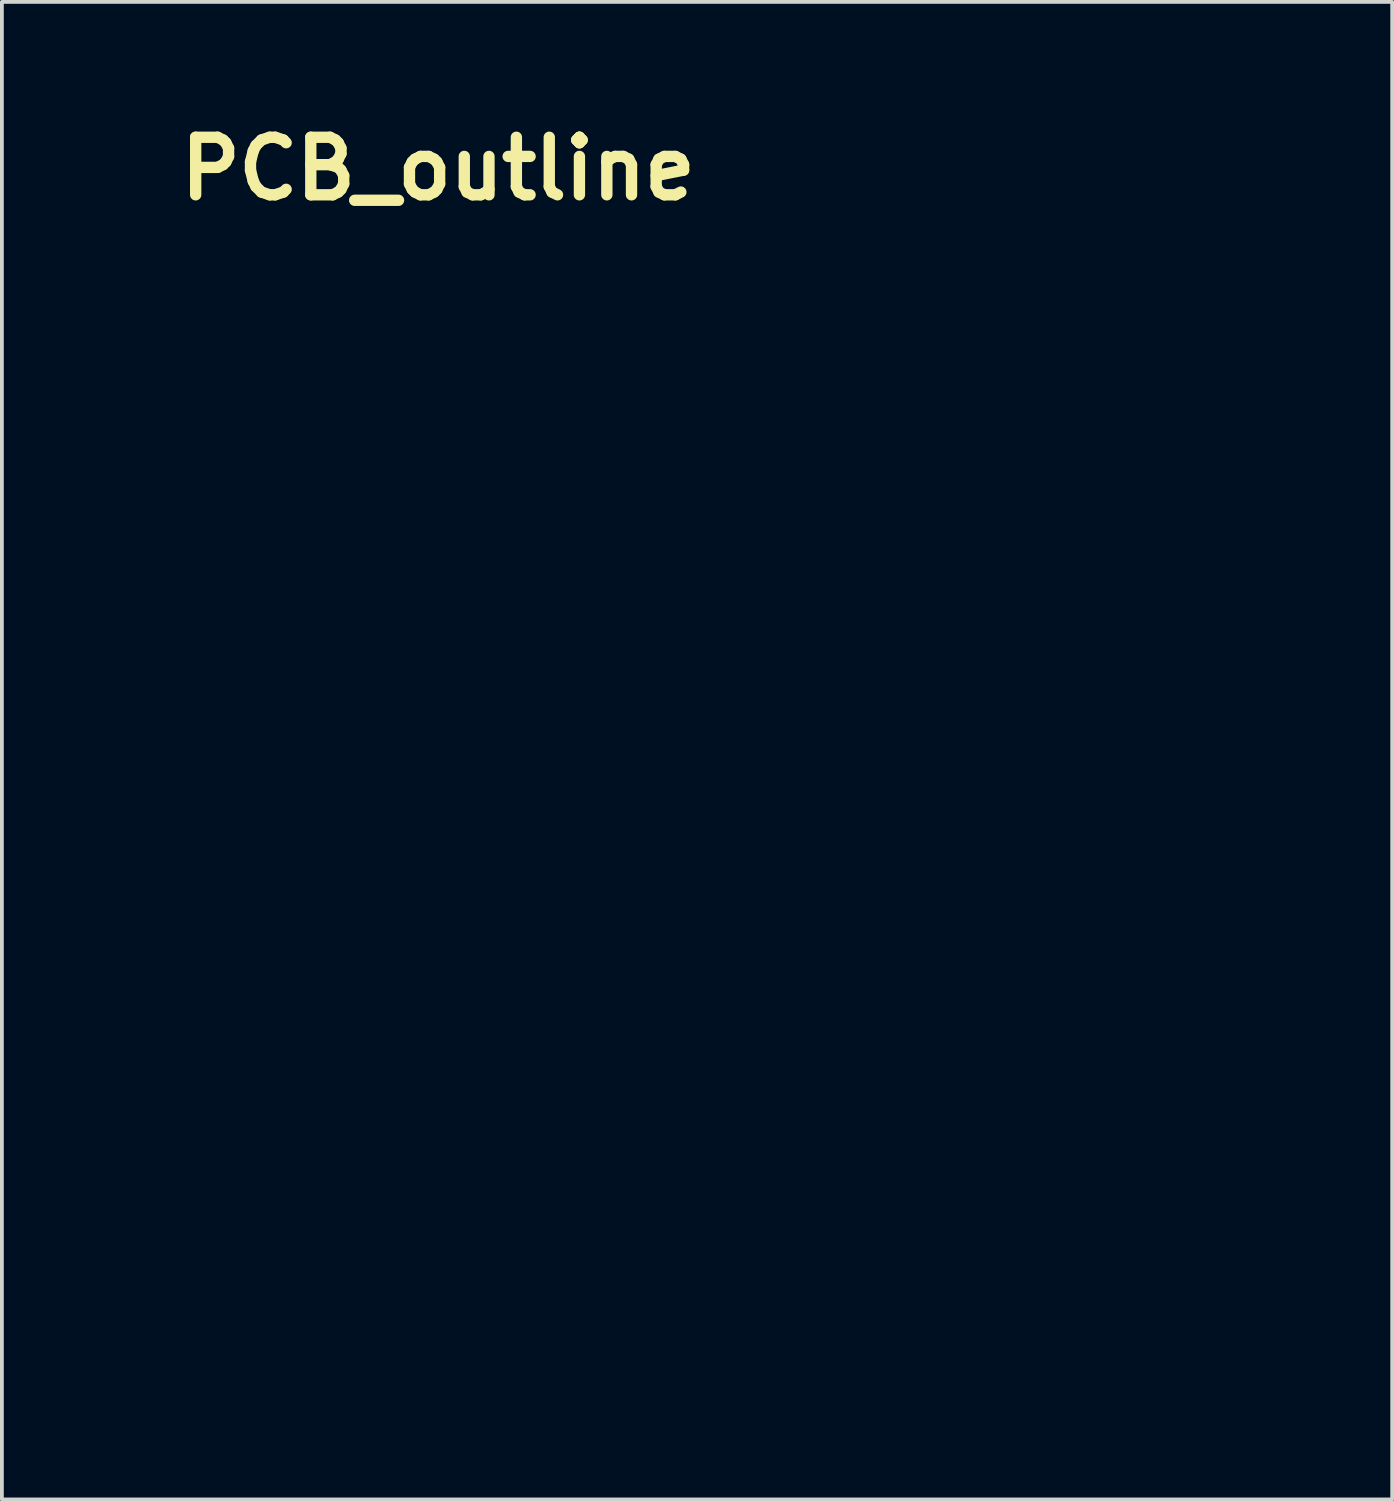
<source format=kicad_pcb>
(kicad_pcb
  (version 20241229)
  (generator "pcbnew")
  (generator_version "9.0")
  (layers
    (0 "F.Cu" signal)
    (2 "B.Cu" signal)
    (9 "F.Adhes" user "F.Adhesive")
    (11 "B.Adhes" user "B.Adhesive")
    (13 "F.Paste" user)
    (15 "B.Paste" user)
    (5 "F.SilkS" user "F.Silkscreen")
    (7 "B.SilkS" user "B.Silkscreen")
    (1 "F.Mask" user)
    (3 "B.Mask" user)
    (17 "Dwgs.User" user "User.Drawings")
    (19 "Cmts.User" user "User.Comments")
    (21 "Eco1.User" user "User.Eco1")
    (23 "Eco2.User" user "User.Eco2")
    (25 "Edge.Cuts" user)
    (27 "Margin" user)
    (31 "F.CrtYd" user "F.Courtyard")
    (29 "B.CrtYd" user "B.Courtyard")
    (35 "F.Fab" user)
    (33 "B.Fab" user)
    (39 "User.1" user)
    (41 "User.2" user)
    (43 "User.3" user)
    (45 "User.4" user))
  (footprint "PCB_outline"
    (layer "F.Cu")
    (at 15.393 20.238)
    (property "Reference" "PCB_outline" (at -6.84 -18.82 0) (layer "F.SilkS") (effects (font (size 1.524 1.524) (thickness 0.3))))
    (attr through_hole)
    (fp_poly (pts (xy 15.411 13.404) (xy -15.388 13.404) (xy -15.388 10.426) (xy -5.348 10.426) (xy -5.31 10.57) (xy -5.27 10.65) (xy -5.18 10.754) (xy -5.062 10.832) (xy -4.927 10.879) (xy -4.786 10.891) (xy -4.651 10.866) (xy -4.631 10.858) (xy -4.501 10.781) (xy -4.402 10.678) (xy -4.336 10.554) (xy -4.303 10.42) (xy -4.303 10.415) (xy -3.062 10.415) (xy -3.046 10.507) (xy -2.995 10.619) (xy -2.914 10.726) (xy -2.817 10.812) (xy -2.758 10.845) (xy -2.64 10.879) (xy -2.506 10.886) (xy -2.377 10.867) (xy -2.319 10.846) (xy -2.191 10.765) (xy -2.097 10.659) (xy -2.036 10.536) (xy -2.009 10.403) (xy -2.01 10.391) (xy -0.764 10.391) (xy -0.752 10.507) (xy -0.738 10.554) (xy -0.667 10.68) (xy -0.565 10.779) (xy -0.44 10.848) (xy -0.301 10.885) (xy -0.158 10.886) (xy -0.019 10.846) (xy -0.007 10.841) (xy 0.113 10.758) (xy 0.207 10.64) (xy 0.268 10.501) (xy 0.289 10.356) (xy 0.281 10.297) (xy 1.528 10.297) (xy 1.529 10.445) (xy 1.573 10.586) (xy 1.657 10.71) (xy 1.775 10.811) (xy 1.908 10.87) (xy 2.053 10.888) (xy 2.157 10.879) (xy 2.253 10.854) (xy 2.272 10.846) (xy 2.397 10.765) (xy 2.493 10.656) (xy 2.555 10.527) (xy 2.572 10.434) (xy 3.824 10.434) (xy 3.838 10.501) (xy 3.902 10.646) (xy 3.996 10.76) (xy 4.114 10.84) (xy 4.25 10.883) (xy 4.397 10.887) (xy 4.548 10.848) (xy 4.582 10.834) (xy 4.71 10.751) (xy 4.802 10.64) (xy 4.857 10.504) (xy 4.872 10.37) (xy 4.852 10.216) (xy 4.789 10.079) (xy 4.693 9.97) (xy 4.563 9.88) (xy 4.425 9.836) (xy 4.28 9.836) (xy 4.172 9.863) (xy 4.041 9.931) (xy 3.937 10.03) (xy 3.863 10.152) (xy 3.824 10.29) (xy 3.824 10.434) (xy 2.572 10.434) (xy 2.581 10.385) (xy 2.567 10.241) (xy 2.536 10.151) (xy 2.454 10.015) (xy 2.351 9.919) (xy 2.222 9.862) (xy 2.066 9.841) (xy 2.053 9.841) (xy 1.895 9.859) (xy 1.764 9.914) (xy 1.659 10.007) (xy 1.576 10.14) (xy 1.571 10.151) (xy 1.528 10.297) (xy 0.281 10.297) (xy 0.27 10.218) (xy 0.215 10.093) (xy 0.131 9.987) (xy 0.023 9.905) (xy -0.104 9.851) (xy -0.243 9.832) (xy -0.39 9.853) (xy -0.397 9.855) (xy -0.497 9.903) (xy -0.597 9.981) (xy -0.68 10.075) (xy -0.727 10.156) (xy -0.756 10.267) (xy -0.764 10.391) (xy -2.01 10.391) (xy -2.016 10.268) (xy -2.056 10.138) (xy -2.131 10.02) (xy -2.24 9.923) (xy -2.293 9.891) (xy -2.382 9.857) (xy -2.489 9.842) (xy -2.54 9.84) (xy -2.633 9.843) (xy -2.702 9.857) (xy -2.769 9.888) (xy -2.804 9.909) (xy -2.921 10.007) (xy -3.006 10.129) (xy -3.054 10.269) (xy -3.062 10.415) (xy -4.303 10.415) (xy -4.305 10.281) (xy -4.345 10.147) (xy -4.422 10.024) (xy -4.456 9.988) (xy -4.58 9.898) (xy -4.718 9.848) (xy -4.861 9.837) (xy -5.003 9.866) (xy -5.134 9.934) (xy -5.231 10.021) (xy -5.308 10.141) (xy -5.347 10.28) (xy -5.348 10.426) (xy -15.388 10.426) (xy -15.388 8.29) (xy -13.883 8.29) (xy -13.878 8.524) (xy -13.83 8.758) (xy -13.759 8.95) (xy -13.632 9.173) (xy -13.473 9.365) (xy -13.286 9.521) (xy -13.071 9.641) (xy -12.833 9.723) (xy -12.829 9.723) (xy -12.682 9.747) (xy -12.513 9.755) (xy -12.343 9.748) (xy -12.192 9.725) (xy -12.185 9.724) (xy -11.956 9.647) (xy -11.748 9.532) (xy -11.563 9.384) (xy -11.406 9.209) (xy -11.28 9.009) (xy -11.189 8.792) (xy -11.137 8.56) (xy -11.131 8.436) (xy -6.501 8.436) (xy -6.469 8.575) (xy -6.398 8.701) (xy -6.291 8.804) (xy -6.194 8.861) (xy -6.081 8.894) (xy -5.95 8.903) (xy -5.824 8.886) (xy -5.773 8.869) (xy -5.644 8.793) (xy -5.547 8.691) (xy -5.483 8.57) (xy -5.452 8.438) (xy -5.452 8.42) (xy -4.21 8.42) (xy -4.182 8.54) (xy -4.131 8.656) (xy -4.085 8.724) (xy -3.977 8.819) (xy -3.846 8.881) (xy -3.703 8.906) (xy -3.558 8.894) (xy -3.437 8.851) (xy -3.317 8.766) (xy -3.229 8.655) (xy -3.174 8.526) (xy -3.154 8.388) (xy -3.156 8.366) (xy -1.914 8.366) (xy -1.898 8.512) (xy -1.845 8.644) (xy -1.76 8.754) (xy -1.647 8.838) (xy -1.51 8.89) (xy -1.384 8.904) (xy -1.278 8.894) (xy -1.181 8.869) (xy -1.164 8.861) (xy -1.062 8.795) (xy -0.97 8.698) (xy -0.901 8.587) (xy -0.876 8.523) (xy -0.858 8.379) (xy 0.379 8.379) (xy 0.395 8.52) (xy 0.447 8.646) (xy 0.528 8.752) (xy 0.632 8.834) (xy 0.755 8.887) (xy 0.891 8.906) (xy 1.034 8.888) (xy 1.156 8.841) (xy 1.274 8.755) (xy 1.36 8.644) (xy 1.413 8.514) (xy 1.423 8.442) (xy 2.68 8.442) (xy 2.718 8.586) (xy 2.759 8.666) (xy 2.849 8.77) (xy 2.967 8.848) (xy 3.102 8.895) (xy 3.242 8.907) (xy 3.377 8.882) (xy 3.398 8.874) (xy 3.528 8.797) (xy 3.627 8.693) (xy 3.693 8.569) (xy 3.726 8.434) (xy 3.722 8.297) (xy 11.149 8.297) (xy 11.15 8.455) (xy 11.187 8.704) (xy 11.265 8.936) (xy 11.38 9.147) (xy 11.528 9.335) (xy 11.706 9.493) (xy 11.912 9.619) (xy 12.14 9.707) (xy 12.198 9.722) (xy 12.35 9.747) (xy 12.523 9.755) (xy 12.697 9.747) (xy 12.846 9.724) (xy 13.075 9.647) (xy 13.283 9.532) (xy 13.468 9.384) (xy 13.625 9.209) (xy 13.751 9.009) (xy 13.842 8.792) (xy 13.894 8.56) (xy 13.905 8.32) (xy 13.903 8.294) (xy 13.864 8.047) (xy 13.783 7.814) (xy 13.663 7.6) (xy 13.507 7.411) (xy 13.319 7.251) (xy 13.261 7.212) (xy 13.051 7.105) (xy 12.824 7.035) (xy 12.588 7.003) (xy 12.353 7.01) (xy 12.135 7.056) (xy 11.904 7.15) (xy 11.698 7.279) (xy 11.519 7.439) (xy 11.372 7.626) (xy 11.259 7.834) (xy 11.184 8.059) (xy 11.149 8.297) (xy 3.722 8.297) (xy 3.722 8.296) (xy 3.681 8.161) (xy 3.6 8.037) (xy 3.575 8.01) (xy 3.452 7.917) (xy 3.315 7.864) (xy 3.172 7.852) (xy 3.031 7.879) (xy 2.899 7.946) (xy 2.797 8.037) (xy 2.721 8.157) (xy 2.681 8.296) (xy 2.68 8.442) (xy 1.423 8.442) (xy 1.432 8.376) (xy 1.415 8.237) (xy 1.36 8.106) (xy 1.309 8.037) (xy 1.195 7.938) (xy 1.067 7.877) (xy 0.931 7.853) (xy 0.795 7.864) (xy 0.667 7.908) (xy 0.554 7.984) (xy 0.463 8.09) (xy 0.402 8.226) (xy 0.402 8.226) (xy 0.379 8.379) (xy -0.858 8.379) (xy -0.858 8.376) (xy -0.881 8.231) (xy -0.944 8.097) (xy -1.041 7.983) (xy -1.118 7.925) (xy -1.249 7.869) (xy -1.388 7.852) (xy -1.526 7.871) (xy -1.655 7.925) (xy -1.765 8.008) (xy -1.849 8.118) (xy -1.888 8.211) (xy -1.914 8.366) (xy -3.156 8.366) (xy -3.169 8.249) (xy -3.222 8.118) (xy -3.313 8.002) (xy -3.314 8.001) (xy -3.404 7.934) (xy -3.513 7.881) (xy -3.62 7.849) (xy -3.671 7.844) (xy -3.816 7.865) (xy -3.949 7.926) (xy -4.062 8.021) (xy -4.149 8.143) (xy -4.203 8.286) (xy -4.208 8.312) (xy -4.21 8.42) (xy -5.452 8.42) (xy -5.454 8.302) (xy -5.491 8.17) (xy -5.564 8.05) (xy -5.672 7.95) (xy -5.68 7.944) (xy -5.82 7.876) (xy -5.964 7.85) (xy -6.105 7.865) (xy -6.236 7.919) (xy -6.35 8.01) (xy -6.439 8.136) (xy -6.442 8.142) (xy -6.493 8.289) (xy -6.501 8.436) (xy -11.131 8.436) (xy -11.126 8.32) (xy -11.128 8.294) (xy -11.167 8.046) (xy -11.247 7.816) (xy -11.366 7.605) (xy -11.52 7.419) (xy -11.705 7.26) (xy -11.92 7.133) (xy -12.146 7.045) (xy -12.313 7.012) (xy -12.501 7.003) (xy -12.695 7.015) (xy -12.875 7.05) (xy -12.926 7.065) (xy -13.155 7.163) (xy -13.356 7.294) (xy -13.528 7.455) (xy -13.669 7.639) (xy -13.777 7.843) (xy -13.849 8.061) (xy -13.883 8.29) (xy -15.388 8.29) (xy -15.388 6.407) (xy -5.352 6.407) (xy -5.33 6.555) (xy -5.27 6.686) (xy -5.177 6.794) (xy -5.058 6.872) (xy -4.918 6.915) (xy -4.838 6.921) (xy -4.749 6.915) (xy -4.667 6.901) (xy -4.631 6.89) (xy -4.5 6.813) (xy -4.401 6.708) (xy -4.334 6.585) (xy -4.303 6.45) (xy -4.304 6.416) (xy -3.063 6.416) (xy -3.036 6.562) (xy -2.966 6.697) (xy -2.934 6.739) (xy -2.819 6.84) (xy -2.686 6.902) (xy -2.541 6.923) (xy -2.391 6.901) (xy -2.281 6.857) (xy -2.163 6.771) (xy -2.078 6.663) (xy -2.027 6.539) (xy -2.008 6.408) (xy -2.012 6.375) (xy -0.767 6.375) (xy -0.757 6.51) (xy -0.712 6.639) (xy -0.634 6.754) (xy -0.52 6.848) (xy -0.487 6.867) (xy -0.366 6.909) (xy -0.229 6.921) (xy -0.092 6.905) (xy -0.01 6.877) (xy 0.093 6.808) (xy 0.182 6.708) (xy 0.249 6.589) (xy 0.287 6.462) (xy 0.288 6.448) (xy 1.526 6.448) (xy 1.558 6.587) (xy 1.628 6.713) (xy 1.733 6.817) (xy 1.834 6.877) (xy 1.948 6.91) (xy 2.079 6.919) (xy 2.204 6.902) (xy 2.256 6.885) (xy 2.387 6.807) (xy 2.487 6.701) (xy 2.552 6.574) (xy 2.577 6.446) (xy 3.817 6.446) (xy 3.851 6.572) (xy 3.915 6.693) (xy 4.001 6.797) (xy 4.102 6.871) (xy 4.116 6.877) (xy 4.242 6.913) (xy 4.381 6.92) (xy 4.515 6.898) (xy 4.593 6.867) (xy 4.715 6.78) (xy 4.802 6.669) (xy 4.855 6.543) (xy 4.874 6.409) (xy 4.859 6.274) (xy 4.81 6.146) (xy 4.727 6.032) (xy 4.61 5.939) (xy 4.576 5.921) (xy 4.437 5.874) (xy 4.297 5.87) (xy 4.162 5.903) (xy 4.04 5.971) (xy 3.936 6.069) (xy 3.859 6.194) (xy 3.818 6.326) (xy 3.817 6.446) (xy 2.577 6.446) (xy 2.58 6.434) (xy 2.567 6.288) (xy 2.52 6.158) (xy 2.434 6.033) (xy 2.325 5.943) (xy 2.2 5.887) (xy 2.068 5.866) (xy 1.934 5.88) (xy 1.806 5.929) (xy 1.693 6.013) (xy 1.601 6.131) (xy 1.587 6.157) (xy 1.535 6.302) (xy 1.526 6.448) (xy 0.288 6.448) (xy 0.291 6.341) (xy 0.289 6.326) (xy 0.241 6.18) (xy 0.161 6.057) (xy 0.055 5.962) (xy -0.069 5.898) (xy -0.205 5.868) (xy -0.345 5.877) (xy -0.47 5.921) (xy -0.595 6.006) (xy -0.686 6.116) (xy -0.744 6.241) (xy -0.767 6.375) (xy -2.012 6.375) (xy -2.022 6.275) (xy -2.068 6.15) (xy -2.146 6.039) (xy -2.254 5.95) (xy -2.343 5.907) (xy -2.457 5.872) (xy -2.551 5.862) (xy -2.646 5.877) (xy -2.698 5.894) (xy -2.831 5.957) (xy -2.931 6.043) (xy -2.987 6.123) (xy -3.047 6.267) (xy -3.063 6.416) (xy -4.304 6.416) (xy -4.307 6.311) (xy -4.349 6.175) (xy -4.43 6.051) (xy -4.455 6.024) (xy -4.577 5.933) (xy -4.713 5.881) (xy -4.857 5.869) (xy -4.999 5.896) (xy -5.131 5.962) (xy -5.218 6.036) (xy -5.301 6.156) (xy -5.344 6.301) (xy -5.352 6.407) (xy -15.388 6.407) (xy -15.388 0.946) (xy 4.683 0.946) (xy 4.683 2.93) (xy 5.56 2.93) (xy 5.56 0.946) (xy 10.197 0.946) (xy 10.197 2.93) (xy 11.074 2.93) (xy 11.074 0.946) (xy 10.197 0.946) (xy 5.56 0.946) (xy 4.683 0.946) (xy -15.388 0.946) (xy -15.388 -1.061) (xy 0.969 -1.061) (xy 0.969 -0.085) (xy 0.969 0.123) (xy 0.97 0.317) (xy 0.972 0.491) (xy 0.974 0.641) (xy 0.976 0.763) (xy 0.979 0.85) (xy 0.983 0.899) (xy 0.984 0.907) (xy 1.011 0.912) (xy 1.077 0.917) (xy 1.173 0.92) (xy 1.293 0.922) (xy 1.423 0.923) (xy 1.846 0.923) (xy 1.846 -1.061) (xy 6.483 -1.061) (xy 6.483 0.923) (xy 7.359 0.923) (xy 7.359 -1.061) (xy 12.596 -1.061) (xy 12.596 0.924) (xy 13.029 0.918) (xy 13.461 0.911) (xy 13.467 -0.075) (xy 13.473 -1.061) (xy 12.596 -1.061) (xy 7.359 -1.061) (xy 6.483 -1.061) (xy 1.846 -1.061) (xy 0.969 -1.061) (xy -15.388 -1.061) (xy -15.388 -6.32) (xy -4.858 -6.32) (xy -4.845 -6.229) (xy -4.79 -6.091) (xy -4.704 -5.976) (xy -4.592 -5.888) (xy -4.464 -5.833) (xy -4.325 -5.813) (xy -4.186 -5.832) (xy -4.118 -5.857) (xy -3.99 -5.937) (xy -3.896 -6.04) (xy -3.835 -6.157) (xy -3.806 -6.283) (xy -3.807 -6.344) (xy -2.56 -6.344) (xy -2.54 -6.192) (xy -2.48 -6.061) (xy -2.377 -5.946) (xy -2.374 -5.944) (xy -2.243 -5.86) (xy -2.101 -5.818) (xy -1.954 -5.821) (xy -1.823 -5.862) (xy -1.687 -5.943) (xy -1.591 -6.047) (xy -1.533 -6.176) (xy -1.513 -6.332) (xy -1.513 -6.344) (xy -1.514 -6.359) (xy -0.27 -6.359) (xy -0.257 -6.225) (xy -0.208 -6.098) (xy -0.126 -5.985) (xy -0.008 -5.893) (xy 0.021 -5.877) (xy 0.163 -5.825) (xy 0.302 -5.817) (xy 0.441 -5.849) (xy 0.572 -5.919) (xy 0.676 -6.021) (xy 0.748 -6.15) (xy 0.781 -6.296) (xy 0.783 -6.344) (xy 2.031 -6.344) (xy 2.052 -6.193) (xy 2.109 -6.062) (xy 2.197 -5.955) (xy 2.308 -5.876) (xy 2.437 -5.829) (xy 2.577 -5.818) (xy 2.721 -5.847) (xy 2.793 -5.877) (xy 2.921 -5.965) (xy 3.013 -6.078) (xy 3.069 -6.208) (xy 3.085 -6.344) (xy 4.315 -6.344) (xy 4.332 -6.23) (xy 4.375 -6.11) (xy 4.438 -6.004) (xy 4.46 -5.978) (xy 4.535 -5.918) (xy 4.637 -5.865) (xy 4.745 -5.827) (xy 4.836 -5.814) (xy 4.921 -5.822) (xy 5.012 -5.843) (xy 5.032 -5.849) (xy 5.163 -5.919) (xy 5.267 -6.021) (xy 5.338 -6.15) (xy 5.372 -6.296) (xy 5.374 -6.344) (xy 5.353 -6.495) (xy 5.293 -6.628) (xy 5.2 -6.738) (xy 5.079 -6.819) (xy 4.936 -6.865) (xy 4.83 -6.875) (xy 4.738 -6.86) (xy 4.632 -6.822) (xy 4.533 -6.769) (xy 4.46 -6.711) (xy 4.393 -6.614) (xy 4.343 -6.496) (xy 4.317 -6.378) (xy 4.315 -6.344) (xy 3.085 -6.344) (xy 3.085 -6.349) (xy 3.061 -6.493) (xy 2.995 -6.633) (xy 2.991 -6.639) (xy 2.891 -6.75) (xy 2.77 -6.826) (xy 2.634 -6.866) (xy 2.493 -6.869) (xy 2.356 -6.833) (xy 2.23 -6.758) (xy 2.209 -6.741) (xy 2.108 -6.623) (xy 2.049 -6.489) (xy 2.031 -6.344) (xy 0.783 -6.344) (xy 0.763 -6.496) (xy 0.706 -6.627) (xy 0.618 -6.734) (xy 0.507 -6.813) (xy 0.378 -6.86) (xy 0.238 -6.871) (xy 0.093 -6.842) (xy 0.021 -6.811) (xy -0.103 -6.725) (xy -0.194 -6.616) (xy -0.249 -6.492) (xy -0.27 -6.359) (xy -1.514 -6.359) (xy -1.531 -6.502) (xy -1.585 -6.633) (xy -1.678 -6.739) (xy -1.811 -6.822) (xy -1.823 -6.827) (xy -1.968 -6.869) (xy -2.115 -6.867) (xy -2.257 -6.821) (xy -2.38 -6.74) (xy -2.481 -6.626) (xy -2.541 -6.493) (xy -2.56 -6.344) (xy -3.807 -6.344) (xy -3.808 -6.412) (xy -3.838 -6.537) (xy -3.897 -6.651) (xy -3.982 -6.748) (xy -4.092 -6.822) (xy -4.225 -6.865) (xy -4.327 -6.874) (xy -4.473 -6.854) (xy -4.603 -6.796) (xy -4.712 -6.706) (xy -4.794 -6.593) (xy -4.845 -6.462) (xy -4.858 -6.32) (xy -15.388 -6.32) (xy -15.388 -8.34) (xy -13.875 -8.34) (xy -13.872 -8.183) (xy -13.86 -8.056) (xy -13.835 -7.942) (xy -13.792 -7.825) (xy -13.729 -7.687) (xy -13.721 -7.671) (xy -13.656 -7.567) (xy -13.562 -7.451) (xy -13.451 -7.335) (xy -13.332 -7.228) (xy -13.219 -7.142) (xy -13.147 -7.099) (xy -12.908 -7.007) (xy -12.66 -6.957) (xy -12.408 -6.952) (xy -12.216 -6.979) (xy -11.986 -7.05) (xy -11.776 -7.159) (xy -11.587 -7.303) (xy -11.425 -7.476) (xy -11.294 -7.673) (xy -11.196 -7.889) (xy -11.137 -8.119) (xy -11.121 -8.328) (xy -11.121 -8.331) (xy -3.708 -8.331) (xy -3.691 -8.192) (xy -3.67 -8.131) (xy -3.609 -8.017) (xy -3.538 -7.936) (xy -3.441 -7.872) (xy -3.403 -7.852) (xy -3.255 -7.806) (xy -3.103 -7.804) (xy -3.015 -7.822) (xy -2.921 -7.866) (xy -2.826 -7.94) (xy -2.743 -8.031) (xy -2.696 -8.109) (xy -2.663 -8.227) (xy -2.659 -8.292) (xy -1.413 -8.292) (xy -1.385 -8.152) (xy -1.321 -8.025) (xy -1.221 -7.918) (xy -1.126 -7.857) (xy -0.979 -7.806) (xy -0.833 -7.801) (xy -0.686 -7.841) (xy -0.648 -7.858) (xy -0.524 -7.943) (xy -0.434 -8.051) (xy -0.378 -8.176) (xy -0.356 -8.309) (xy -0.358 -8.328) (xy 0.877 -8.328) (xy 0.899 -8.18) (xy 0.965 -8.045) (xy 1.038 -7.958) (xy 1.163 -7.861) (xy 1.3 -7.809) (xy 1.45 -7.801) (xy 1.578 -7.826) (xy 1.67 -7.871) (xy 1.764 -7.947) (xy 1.846 -8.039) (xy 1.901 -8.133) (xy 1.91 -8.158) (xy 1.935 -8.316) (xy 1.932 -8.348) (xy 3.171 -8.348) (xy 3.183 -8.214) (xy 3.23 -8.086) (xy 3.31 -7.972) (xy 3.425 -7.878) (xy 3.464 -7.857) (xy 3.611 -7.807) (xy 3.761 -7.802) (xy 3.907 -7.841) (xy 3.98 -7.879) (xy 4.095 -7.976) (xy 4.176 -8.098) (xy 4.22 -8.235) (xy 4.223 -8.328) (xy 5.469 -8.328) (xy 5.489 -8.177) (xy 5.547 -8.046) (xy 5.635 -7.939) (xy 5.747 -7.86) (xy 5.876 -7.812) (xy 6.016 -7.801) (xy 6.161 -7.83) (xy 6.217 -7.852) (xy 6.325 -7.914) (xy 6.403 -7.988) (xy 6.465 -8.09) (xy 6.484 -8.131) (xy 6.521 -8.268) (xy 6.518 -8.371) (xy 11.145 -8.371) (xy 11.159 -8.131) (xy 11.215 -7.898) (xy 11.312 -7.677) (xy 11.448 -7.473) (xy 11.581 -7.328) (xy 11.781 -7.17) (xy 11.999 -7.053) (xy 12.231 -6.979) (xy 12.474 -6.948) (xy 12.725 -6.963) (xy 12.815 -6.979) (xy 13.044 -7.05) (xy 13.255 -7.159) (xy 13.443 -7.303) (xy 13.605 -7.476) (xy 13.737 -7.673) (xy 13.834 -7.889) (xy 13.893 -8.119) (xy 13.91 -8.328) (xy 13.888 -8.567) (xy 13.825 -8.795) (xy 13.724 -9.006) (xy 13.59 -9.198) (xy 13.428 -9.365) (xy 13.24 -9.504) (xy 13.032 -9.611) (xy 12.807 -9.681) (xy 12.569 -9.711) (xy 12.527 -9.712) (xy 12.286 -9.689) (xy 12.056 -9.625) (xy 11.841 -9.523) (xy 11.648 -9.386) (xy 11.478 -9.218) (xy 11.339 -9.023) (xy 11.233 -8.805) (xy 11.176 -8.613) (xy 11.145 -8.371) (xy 6.518 -8.371) (xy 6.517 -8.415) (xy 6.472 -8.558) (xy 6.464 -8.573) (xy 6.377 -8.696) (xy 6.266 -8.785) (xy 6.136 -8.839) (xy 5.997 -8.856) (xy 5.856 -8.836) (xy 5.721 -8.776) (xy 5.649 -8.724) (xy 5.547 -8.61) (xy 5.487 -8.477) (xy 5.469 -8.328) (xy 4.223 -8.328) (xy 4.225 -8.381) (xy 4.189 -8.525) (xy 4.163 -8.579) (xy 4.071 -8.704) (xy 3.955 -8.793) (xy 3.82 -8.844) (xy 3.676 -8.856) (xy 3.527 -8.826) (xy 3.463 -8.798) (xy 3.339 -8.713) (xy 3.248 -8.605) (xy 3.192 -8.481) (xy 3.171 -8.348) (xy 1.932 -8.348) (xy 1.918 -8.465) (xy 1.861 -8.6) (xy 1.767 -8.713) (xy 1.638 -8.799) (xy 1.628 -8.804) (xy 1.478 -8.851) (xy 1.331 -8.853) (xy 1.192 -8.81) (xy 1.064 -8.723) (xy 1.038 -8.698) (xy 0.94 -8.573) (xy 0.888 -8.434) (xy 0.877 -8.328) (xy -0.358 -8.328) (xy -0.368 -8.443) (xy -0.415 -8.57) (xy -0.495 -8.684) (xy -0.609 -8.776) (xy -0.648 -8.798) (xy -0.796 -8.848) (xy -0.943 -8.855) (xy -1.083 -8.82) (xy -1.208 -8.748) (xy -1.312 -8.639) (xy -1.349 -8.579) (xy -1.402 -8.437) (xy -1.413 -8.292) (xy -2.659 -8.292) (xy -2.656 -8.361) (xy -2.676 -8.49) (xy -2.697 -8.549) (xy -2.774 -8.667) (xy -2.885 -8.762) (xy -3.018 -8.828) (xy -3.162 -8.857) (xy -3.198 -8.858) (xy -3.297 -8.843) (xy -3.407 -8.803) (xy -3.507 -8.747) (xy -3.549 -8.713) (xy -3.634 -8.604) (xy -3.688 -8.473) (xy -3.708 -8.331) (xy -11.121 -8.331) (xy -11.143 -8.567) (xy -11.207 -8.795) (xy -11.309 -9.009) (xy -11.445 -9.203) (xy -11.611 -9.372) (xy -11.803 -9.512) (xy -12.017 -9.618) (xy -12.22 -9.678) (xy -12.467 -9.708) (xy -12.715 -9.692) (xy -12.956 -9.633) (xy -13.157 -9.546) (xy -13.286 -9.463) (xy -13.419 -9.354) (xy -13.544 -9.23) (xy -13.645 -9.106) (xy -13.678 -9.057) (xy -13.763 -8.901) (xy -13.821 -8.758) (xy -13.856 -8.611) (xy -13.872 -8.445) (xy -13.875 -8.34) (xy -15.388 -8.34) (xy -15.388 -10.274) (xy -4.857 -10.274) (xy -4.845 -10.198) (xy -4.79 -10.056) (xy -4.702 -9.94) (xy -4.591 -9.854) (xy -4.462 -9.8) (xy -4.323 -9.783) (xy -4.181 -9.804) (xy -4.048 -9.863) (xy -3.933 -9.96) (xy -3.854 -10.079) (xy -3.81 -10.213) (xy -3.805 -10.317) (xy -2.56 -10.317) (xy -2.54 -10.164) (xy -2.483 -10.031) (xy -2.394 -9.922) (xy -2.279 -9.842) (xy -2.145 -9.794) (xy -1.997 -9.784) (xy -1.865 -9.808) (xy -1.742 -9.868) (xy -1.638 -9.962) (xy -1.559 -10.081) (xy -1.513 -10.214) (xy -1.511 -10.258) (xy -0.269 -10.258) (xy -0.234 -10.124) (xy -0.166 -10.005) (xy -0.071 -9.906) (xy 0.044 -9.833) (xy 0.173 -9.79) (xy 0.309 -9.782) (xy 0.447 -9.814) (xy 0.473 -9.825) (xy 0.604 -9.909) (xy 0.702 -10.023) (xy 0.763 -10.16) (xy 0.784 -10.307) (xy 2.031 -10.307) (xy 2.052 -10.156) (xy 2.11 -10.025) (xy 2.197 -9.919) (xy 2.309 -9.841) (xy 2.439 -9.795) (xy 2.579 -9.785) (xy 2.724 -9.815) (xy 2.793 -9.845) (xy 2.917 -9.931) (xy 3.007 -10.04) (xy 3.063 -10.165) (xy 3.084 -10.299) (xy 3.08 -10.347) (xy 4.321 -10.347) (xy 4.328 -10.209) (xy 4.376 -10.076) (xy 4.457 -9.957) (xy 4.565 -9.863) (xy 4.666 -9.812) (xy 4.781 -9.788) (xy 4.909 -9.788) (xy 5.028 -9.811) (xy 5.064 -9.825) (xy 5.195 -9.909) (xy 5.293 -10.023) (xy 5.354 -10.16) (xy 5.374 -10.312) (xy 5.354 -10.46) (xy 5.296 -10.59) (xy 5.208 -10.697) (xy 5.097 -10.778) (xy 4.968 -10.827) (xy 4.83 -10.841) (xy 4.687 -10.815) (xy 4.637 -10.795) (xy 4.502 -10.712) (xy 4.405 -10.604) (xy 4.343 -10.467) (xy 4.321 -10.347) (xy 3.08 -10.347) (xy 3.071 -10.434) (xy 3.023 -10.561) (xy 2.939 -10.675) (xy 2.825 -10.764) (xy 2.685 -10.822) (xy 2.543 -10.839) (xy 2.407 -10.818) (xy 2.282 -10.763) (xy 2.176 -10.678) (xy 2.094 -10.566) (xy 2.044 -10.431) (xy 2.031 -10.307) (xy 0.784 -10.307) (xy 0.764 -10.458) (xy 0.707 -10.589) (xy 0.621 -10.696) (xy 0.51 -10.776) (xy 0.383 -10.825) (xy 0.245 -10.839) (xy 0.103 -10.815) (xy -0.011 -10.764) (xy -0.115 -10.68) (xy -0.2 -10.57) (xy -0.255 -10.447) (xy -0.266 -10.403) (xy -0.269 -10.258) (xy -1.511 -10.258) (xy -1.506 -10.349) (xy -1.542 -10.501) (xy -1.611 -10.628) (xy -1.707 -10.729) (xy -1.823 -10.799) (xy -1.953 -10.836) (xy -2.09 -10.838) (xy -2.227 -10.802) (xy -2.358 -10.725) (xy -2.38 -10.708) (xy -2.482 -10.593) (xy -2.542 -10.458) (xy -2.56 -10.317) (xy -3.805 -10.317) (xy -3.803 -10.354) (xy -3.834 -10.493) (xy -3.903 -10.623) (xy -3.959 -10.69) (xy -4.047 -10.764) (xy -4.137 -10.808) (xy -4.245 -10.828) (xy -4.326 -10.831) (xy -4.424 -10.828) (xy -4.496 -10.814) (xy -4.562 -10.787) (xy -4.593 -10.769) (xy -4.711 -10.675) (xy -4.797 -10.556) (xy -4.847 -10.419) (xy -4.857 -10.274) (xy -15.388 -10.274) (xy -15.388 -13.381) (xy 15.411 -13.381) (xy 15.411 13.404)) (stroke (width 0.01) (type solid)) (fill no) (layer "Eco1.User")))
  (gr_rect
    (start -3 -3)
    (end 33.808 36.647)
    (stroke (width 0.1) (type default))
    (fill no)
    (layer "Edge.Cuts")))
</source>
